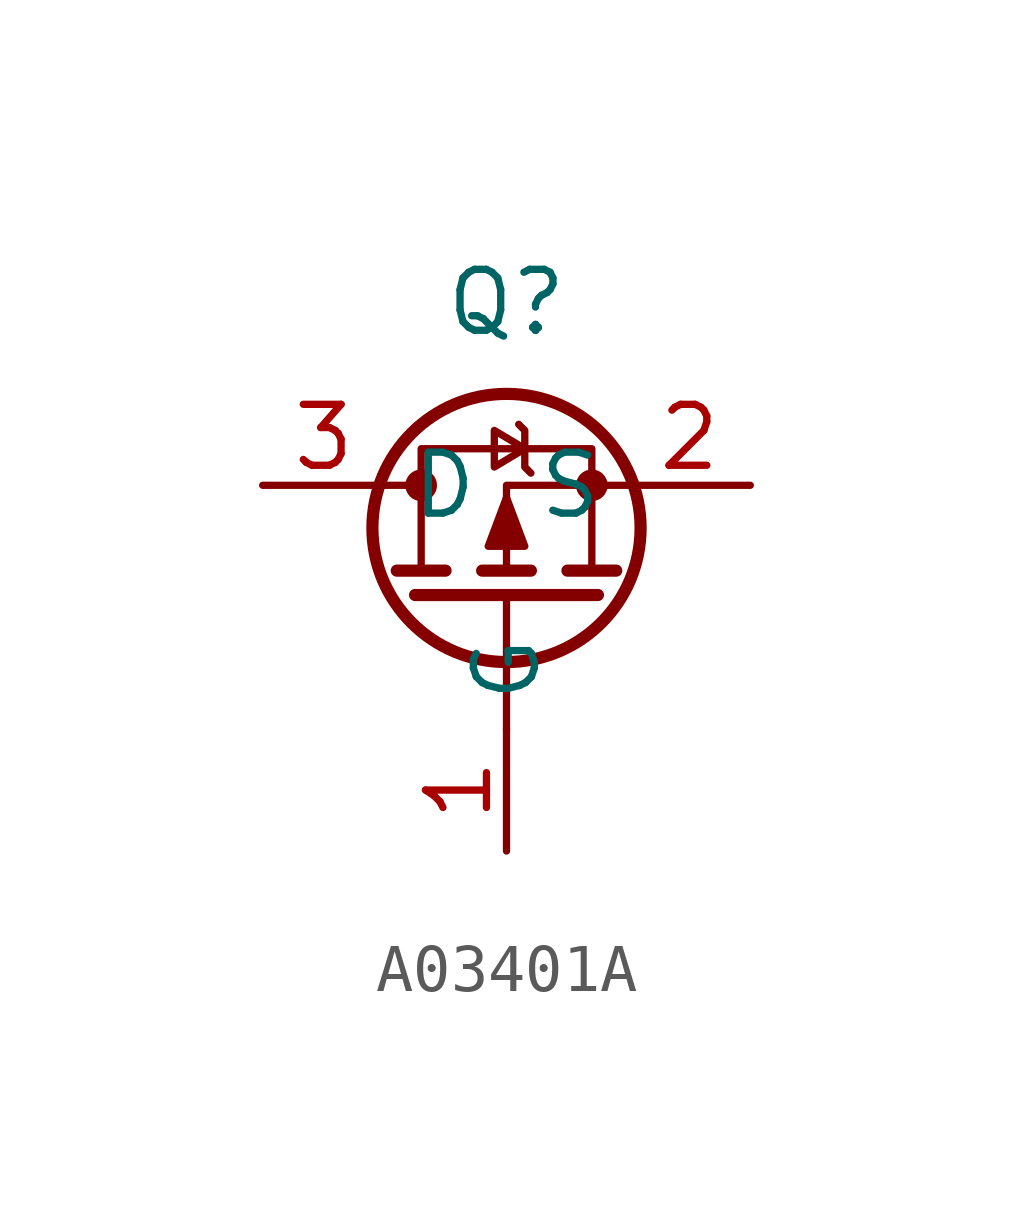
<source format=kicad_sym>
(kicad_symbol_lib
  (version 20211014)
  (generator kicad_symbol_editor)
  (symbol "A03401A"
    (property "Reference" "Q"
      (at 0 0 0)
      (effects (font (size 1.27 1.27))))
    (symbol "A03401A_0_1"
      (circle (center -1.778 -3.81) (radius 0.254) (stroke (width 0) (type default) (color 0 0 0 0)) (fill (type outline)))
      (circle (center 0 -4.699) (radius 2.794) (stroke (width 0.254) (type default) (color 0 0 0 0)) (fill (type none)))
      (polyline (pts (xy -2.54 -3.81) (xy -1.778 -3.81)) (stroke (width 0) (type default) (color 0 0 0 0)) (fill (type none)))
      (polyline (pts (xy -2.286 -5.588) (xy -1.27 -5.588)) (stroke (width 0.254) (type default) (color 0 0 0 0)) (fill (type none)))
      (polyline (pts (xy -1.905 -6.096) (xy 1.905 -6.096)) (stroke (width 0.254) (type default) (color 0 0 0 0)) (fill (type none)))
      (polyline (pts (xy -0.508 -5.588) (xy 0.508 -5.588)) (stroke (width 0.254) (type default) (color 0 0 0 0)) (fill (type none)))
      (polyline (pts (xy 0 -6.096) (xy 0 -8.89)) (stroke (width 0) (type default) (color 0 0 0 0)) (fill (type none)))
      (polyline (pts (xy 1.27 -5.588) (xy 2.286 -5.588)) (stroke (width 0.254) (type default) (color 0 0 0 0)) (fill (type none)))
      (polyline (pts (xy 2.54 -3.81) (xy 0 -3.81) (xy 0 -5.588)) (stroke (width 0) (type default) (color 0 0 0 0)) (fill (type none)))
      (polyline (pts (xy -1.778 -5.588) (xy -1.778 -3.048) (xy 1.778 -3.048) (xy 1.778 -5.588)) (stroke (width 0) (type default) (color 0 0 0 0)) (fill (type none)))
      (polyline (pts (xy 0 -4.064) (xy -0.381 -5.08) (xy 0.381 -5.08) (xy 0 -4.064)) (stroke (width 0) (type default) (color 0 0 0 0)) (fill (type outline)))
      (polyline (pts (xy 0.381 -3.048) (xy -0.254 -3.429) (xy -0.254 -2.667) (xy 0.381 -3.048)) (stroke (width 0) (type default) (color 0 0 0 0)) (fill (type none)))
      (polyline (pts (xy 0.508 -3.556) (xy 0.381 -3.429) (xy 0.381 -2.667) (xy 0.254 -2.54)) (stroke (width 0) (type default) (color 0 0 0 0)) (fill (type none)))
      (circle (center 1.778 -3.81) (radius 0.254) (stroke (width 0) (type default) (color 0 0 0 0)) (fill (type outline))))
    (symbol "A03401A_1_1"
      (pin input line (at 0 -11.43 90) (length 2.54) (name "G" (effects (font (size 1.27 1.27)))) (number "1" (effects (font (size 1.27 1.27)))))
      (pin passive line (at 5.08 -3.81 180) (length 2.54) (name "S" (effects (font (size 1.27 1.27)))) (number "2" (effects (font (size 1.27 1.27)))))
      (pin passive line (at -5.08 -3.81 0) (length 2.54) (name "D" (effects (font (size 1.27 1.27)))) (number "3" (effects (font (size 1.27 1.27))))))))
</source>
